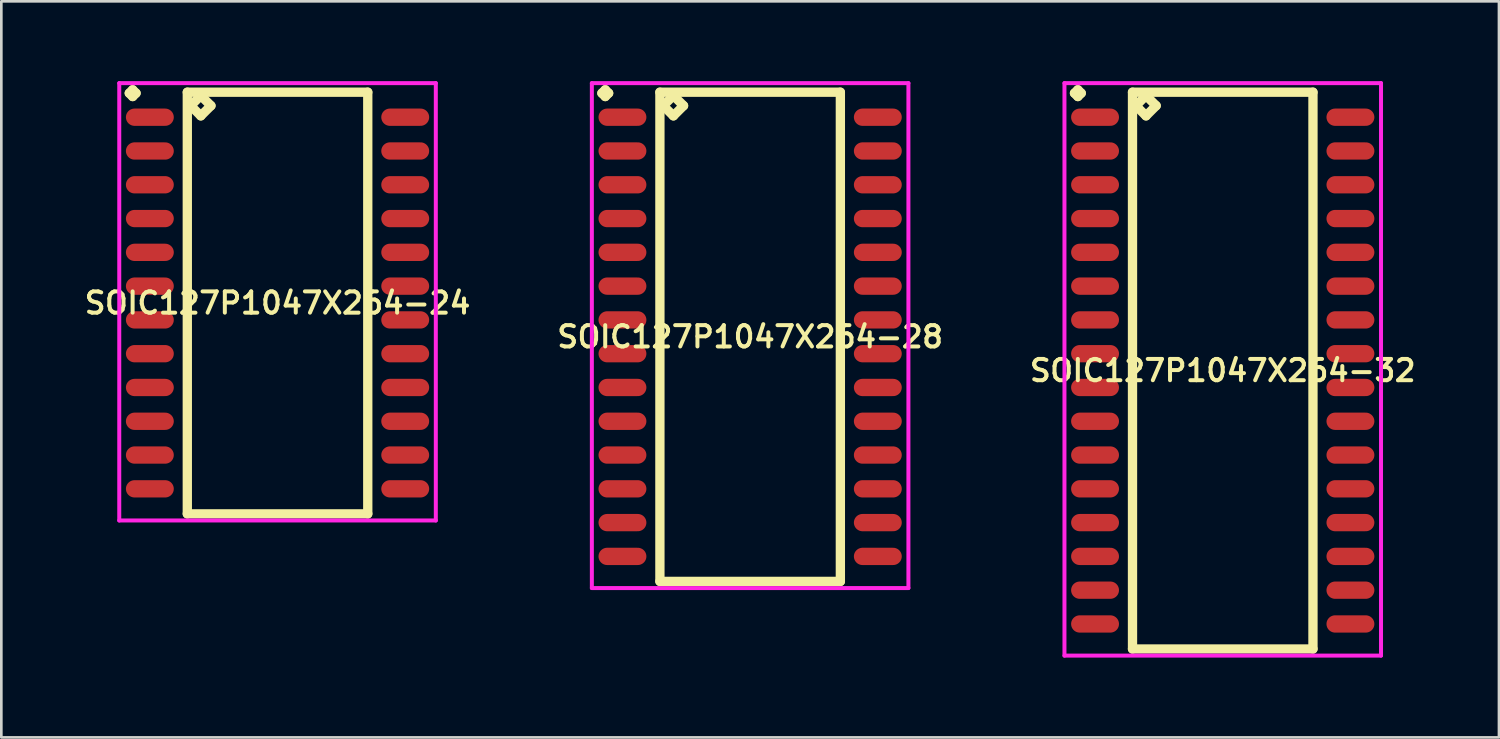
<source format=kicad_pcb>
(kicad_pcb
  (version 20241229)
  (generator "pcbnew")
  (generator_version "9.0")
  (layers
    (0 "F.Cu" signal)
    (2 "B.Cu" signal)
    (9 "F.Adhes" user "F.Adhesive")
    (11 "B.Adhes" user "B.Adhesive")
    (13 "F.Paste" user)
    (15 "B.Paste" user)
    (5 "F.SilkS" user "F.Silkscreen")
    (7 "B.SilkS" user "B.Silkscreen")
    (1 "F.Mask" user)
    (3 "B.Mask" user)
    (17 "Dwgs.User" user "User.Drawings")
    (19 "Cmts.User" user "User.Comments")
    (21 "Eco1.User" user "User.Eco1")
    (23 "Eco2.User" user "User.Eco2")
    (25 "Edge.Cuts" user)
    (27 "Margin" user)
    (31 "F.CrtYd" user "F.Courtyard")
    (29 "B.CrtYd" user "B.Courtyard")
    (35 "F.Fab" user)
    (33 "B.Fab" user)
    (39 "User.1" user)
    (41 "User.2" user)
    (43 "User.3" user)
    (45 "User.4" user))
  (footprint "SOIC127P1047X264-32"
    (layer "F.Cu")
    (at 42.915 10.881)
    (property "Reference" "SOIC127P1047X264-32" (at 0 0 0) (layer "F.SilkS") (effects (font (size 0.8 0.8) (thickness 0.15))))
    (attr smd)
    (fp_line (start -5.573 -10.429) (end -5.446 -10.556) (stroke (width 0.35) (type solid)) (layer "F.SilkS"))
    (fp_line (start -5.446 -10.556) (end -5.319 -10.429) (stroke (width 0.35) (type solid)) (layer "F.SilkS"))
    (fp_line (start -5.446 -10.302) (end -5.573 -10.429) (stroke (width 0.35) (type solid)) (layer "F.SilkS"))
    (fp_line (start -5.319 -10.429) (end -5.446 -10.302) (stroke (width 0.35) (type solid)) (layer "F.SilkS"))
    (fp_line (start -3.392 -10.465) (end -3.392 10.465) (stroke (width 0.35) (type solid)) (layer "F.SilkS"))
    (fp_line (start -3.392 10.465) (end 3.392 10.465) (stroke (width 0.35) (type solid)) (layer "F.SilkS"))
    (fp_line (start -3.265 -9.957) (end -2.884 -10.338) (stroke (width 0.35) (type solid)) (layer "F.SilkS"))
    (fp_line (start -2.884 -10.338) (end -2.503 -9.957) (stroke (width 0.35) (type solid)) (layer "F.SilkS"))
    (fp_line (start -2.884 -9.576) (end -3.265 -9.957) (stroke (width 0.35) (type solid)) (layer "F.SilkS"))
    (fp_line (start -2.503 -9.957) (end -2.884 -9.576) (stroke (width 0.35) (type solid)) (layer "F.SilkS"))
    (fp_line (start 3.392 -10.465) (end -3.392 -10.465) (stroke (width 0.35) (type solid)) (layer "F.SilkS"))
    (fp_line (start 3.392 10.465) (end 3.392 -10.465) (stroke (width 0.35) (type solid)) (layer "F.SilkS"))
    (fp_line (start -5.95 -10.806) (end 5.95 -10.806) (stroke (width 0.15) (type solid)) (layer "F.CrtYd"))
    (fp_line (start -5.95 10.715) (end -5.95 -10.806) (stroke (width 0.15) (type solid)) (layer "F.CrtYd"))
    (fp_line (start 5.95 -10.806) (end 5.95 10.715) (stroke (width 0.15) (type solid)) (layer "F.CrtYd"))
    (fp_line (start 5.95 10.715) (end -5.95 10.715) (stroke (width 0.15) (type solid)) (layer "F.CrtYd"))
    (pad "1" smd oval (at -4.8 -9.525) (size 1.8 0.65) (layers "F.Cu" "F.Mask" "F.Paste"))
    (pad "2" smd oval (at -4.8 -8.255) (size 1.8 0.65) (layers "F.Cu" "F.Mask" "F.Paste"))
    (pad "3" smd oval (at -4.8 -6.985) (size 1.8 0.65) (layers "F.Cu" "F.Mask" "F.Paste"))
    (pad "4" smd oval (at -4.8 -5.715) (size 1.8 0.65) (layers "F.Cu" "F.Mask" "F.Paste"))
    (pad "5" smd oval (at -4.8 -4.445) (size 1.8 0.65) (layers "F.Cu" "F.Mask" "F.Paste"))
    (pad "6" smd oval (at -4.8 -3.175) (size 1.8 0.65) (layers "F.Cu" "F.Mask" "F.Paste"))
    (pad "7" smd oval (at -4.8 -1.905) (size 1.8 0.65) (layers "F.Cu" "F.Mask" "F.Paste"))
    (pad "8" smd oval (at -4.8 -0.635) (size 1.8 0.65) (layers "F.Cu" "F.Mask" "F.Paste"))
    (pad "9" smd oval (at -4.8 0.635) (size 1.8 0.65) (layers "F.Cu" "F.Mask" "F.Paste"))
    (pad "10" smd oval (at -4.8 1.905) (size 1.8 0.65) (layers "F.Cu" "F.Mask" "F.Paste"))
    (pad "11" smd oval (at -4.8 3.175) (size 1.8 0.65) (layers "F.Cu" "F.Mask" "F.Paste"))
    (pad "12" smd oval (at -4.8 4.445) (size 1.8 0.65) (layers "F.Cu" "F.Mask" "F.Paste"))
    (pad "13" smd oval (at -4.8 5.715) (size 1.8 0.65) (layers "F.Cu" "F.Mask" "F.Paste"))
    (pad "14" smd oval (at -4.8 6.985) (size 1.8 0.65) (layers "F.Cu" "F.Mask" "F.Paste"))
    (pad "15" smd oval (at -4.8 8.255) (size 1.8 0.65) (layers "F.Cu" "F.Mask" "F.Paste"))
    (pad "16" smd oval (at -4.8 9.525) (size 1.8 0.65) (layers "F.Cu" "F.Mask" "F.Paste"))
    (pad "17" smd oval (at 4.8 9.525) (size 1.8 0.65) (layers "F.Cu" "F.Mask" "F.Paste"))
    (pad "18" smd oval (at 4.8 8.255) (size 1.8 0.65) (layers "F.Cu" "F.Mask" "F.Paste"))
    (pad "19" smd oval (at 4.8 6.985) (size 1.8 0.65) (layers "F.Cu" "F.Mask" "F.Paste"))
    (pad "20" smd oval (at 4.8 5.715) (size 1.8 0.65) (layers "F.Cu" "F.Mask" "F.Paste"))
    (pad "21" smd oval (at 4.8 4.445) (size 1.8 0.65) (layers "F.Cu" "F.Mask" "F.Paste"))
    (pad "22" smd oval (at 4.8 3.175) (size 1.8 0.65) (layers "F.Cu" "F.Mask" "F.Paste"))
    (pad "23" smd oval (at 4.8 1.905) (size 1.8 0.65) (layers "F.Cu" "F.Mask" "F.Paste"))
    (pad "24" smd oval (at 4.8 0.635) (size 1.8 0.65) (layers "F.Cu" "F.Mask" "F.Paste"))
    (pad "25" smd oval (at 4.8 -0.635) (size 1.8 0.65) (layers "F.Cu" "F.Mask" "F.Paste"))
    (pad "26" smd oval (at 4.8 -1.905) (size 1.8 0.65) (layers "F.Cu" "F.Mask" "F.Paste"))
    (pad "27" smd oval (at 4.8 -3.175) (size 1.8 0.65) (layers "F.Cu" "F.Mask" "F.Paste"))
    (pad "28" smd oval (at 4.8 -4.445) (size 1.8 0.65) (layers "F.Cu" "F.Mask" "F.Paste"))
    (pad "29" smd oval (at 4.8 -5.715) (size 1.8 0.65) (layers "F.Cu" "F.Mask" "F.Paste"))
    (pad "30" smd oval (at 4.8 -6.985) (size 1.8 0.65) (layers "F.Cu" "F.Mask" "F.Paste"))
    (pad "31" smd oval (at 4.8 -8.255) (size 1.8 0.65) (layers "F.Cu" "F.Mask" "F.Paste"))
    (pad "32" smd oval (at 4.8 -9.525) (size 1.8 0.65) (layers "F.Cu" "F.Mask" "F.Paste")))
  (footprint "SOIC127P1047X264-24"
    (layer "F.Cu")
    (at 7.383 8.341)
    (property "Reference" "SOIC127P1047X264-24" (at 0 0 0) (layer "F.SilkS") (effects (font (size 0.8 0.8) (thickness 0.15))))
    (attr smd)
    (fp_line (start -5.573 -7.889) (end -5.446 -8.016) (stroke (width 0.35) (type solid)) (layer "F.SilkS"))
    (fp_line (start -5.446 -8.016) (end -5.319 -7.889) (stroke (width 0.35) (type solid)) (layer "F.SilkS"))
    (fp_line (start -5.446 -7.762) (end -5.573 -7.889) (stroke (width 0.35) (type solid)) (layer "F.SilkS"))
    (fp_line (start -5.319 -7.889) (end -5.446 -7.762) (stroke (width 0.35) (type solid)) (layer "F.SilkS"))
    (fp_line (start -3.392 -7.925) (end -3.392 7.925) (stroke (width 0.35) (type solid)) (layer "F.SilkS"))
    (fp_line (start -3.392 7.925) (end 3.392 7.925) (stroke (width 0.35) (type solid)) (layer "F.SilkS"))
    (fp_line (start -3.265 -7.417) (end -2.884 -7.798) (stroke (width 0.35) (type solid)) (layer "F.SilkS"))
    (fp_line (start -2.884 -7.798) (end -2.503 -7.417) (stroke (width 0.35) (type solid)) (layer "F.SilkS"))
    (fp_line (start -2.884 -7.036) (end -3.265 -7.417) (stroke (width 0.35) (type solid)) (layer "F.SilkS"))
    (fp_line (start -2.503 -7.417) (end -2.884 -7.036) (stroke (width 0.35) (type solid)) (layer "F.SilkS"))
    (fp_line (start 3.392 -7.925) (end -3.392 -7.925) (stroke (width 0.35) (type solid)) (layer "F.SilkS"))
    (fp_line (start 3.392 7.925) (end 3.392 -7.925) (stroke (width 0.35) (type solid)) (layer "F.SilkS"))
    (fp_line (start -5.95 -8.266) (end 5.95 -8.266) (stroke (width 0.15) (type solid)) (layer "F.CrtYd"))
    (fp_line (start -5.95 8.175) (end -5.95 -8.266) (stroke (width 0.15) (type solid)) (layer "F.CrtYd"))
    (fp_line (start 5.95 -8.266) (end 5.95 8.175) (stroke (width 0.15) (type solid)) (layer "F.CrtYd"))
    (fp_line (start 5.95 8.175) (end -5.95 8.175) (stroke (width 0.15) (type solid)) (layer "F.CrtYd"))
    (pad "1" smd oval (at -4.8 -6.985) (size 1.8 0.65) (layers "F.Cu" "F.Mask" "F.Paste"))
    (pad "2" smd oval (at -4.8 -5.715) (size 1.8 0.65) (layers "F.Cu" "F.Mask" "F.Paste"))
    (pad "3" smd oval (at -4.8 -4.445) (size 1.8 0.65) (layers "F.Cu" "F.Mask" "F.Paste"))
    (pad "4" smd oval (at -4.8 -3.175) (size 1.8 0.65) (layers "F.Cu" "F.Mask" "F.Paste"))
    (pad "5" smd oval (at -4.8 -1.905) (size 1.8 0.65) (layers "F.Cu" "F.Mask" "F.Paste"))
    (pad "6" smd oval (at -4.8 -0.635) (size 1.8 0.65) (layers "F.Cu" "F.Mask" "F.Paste"))
    (pad "7" smd oval (at -4.8 0.635) (size 1.8 0.65) (layers "F.Cu" "F.Mask" "F.Paste"))
    (pad "8" smd oval (at -4.8 1.905) (size 1.8 0.65) (layers "F.Cu" "F.Mask" "F.Paste"))
    (pad "9" smd oval (at -4.8 3.175) (size 1.8 0.65) (layers "F.Cu" "F.Mask" "F.Paste"))
    (pad "10" smd oval (at -4.8 4.445) (size 1.8 0.65) (layers "F.Cu" "F.Mask" "F.Paste"))
    (pad "11" smd oval (at -4.8 5.715) (size 1.8 0.65) (layers "F.Cu" "F.Mask" "F.Paste"))
    (pad "12" smd oval (at -4.8 6.985) (size 1.8 0.65) (layers "F.Cu" "F.Mask" "F.Paste"))
    (pad "13" smd oval (at 4.8 6.985) (size 1.8 0.65) (layers "F.Cu" "F.Mask" "F.Paste"))
    (pad "14" smd oval (at 4.8 5.715) (size 1.8 0.65) (layers "F.Cu" "F.Mask" "F.Paste"))
    (pad "15" smd oval (at 4.8 4.445) (size 1.8 0.65) (layers "F.Cu" "F.Mask" "F.Paste"))
    (pad "16" smd oval (at 4.8 3.175) (size 1.8 0.65) (layers "F.Cu" "F.Mask" "F.Paste"))
    (pad "17" smd oval (at 4.8 1.905) (size 1.8 0.65) (layers "F.Cu" "F.Mask" "F.Paste"))
    (pad "18" smd oval (at 4.8 0.635) (size 1.8 0.65) (layers "F.Cu" "F.Mask" "F.Paste"))
    (pad "19" smd oval (at 4.8 -0.635) (size 1.8 0.65) (layers "F.Cu" "F.Mask" "F.Paste"))
    (pad "20" smd oval (at 4.8 -1.905) (size 1.8 0.65) (layers "F.Cu" "F.Mask" "F.Paste"))
    (pad "21" smd oval (at 4.8 -3.175) (size 1.8 0.65) (layers "F.Cu" "F.Mask" "F.Paste"))
    (pad "22" smd oval (at 4.8 -4.445) (size 1.8 0.65) (layers "F.Cu" "F.Mask" "F.Paste"))
    (pad "23" smd oval (at 4.8 -5.715) (size 1.8 0.65) (layers "F.Cu" "F.Mask" "F.Paste"))
    (pad "24" smd oval (at 4.8 -6.985) (size 1.8 0.65) (layers "F.Cu" "F.Mask" "F.Paste")))
  (footprint "SOIC127P1047X264-28"
    (layer "F.Cu")
    (at 25.149 9.611)
    (property "Reference" "SOIC127P1047X264-28" (at 0 0 0) (layer "F.SilkS") (effects (font (size 0.8 0.8) (thickness 0.15))))
    (attr smd)
    (fp_line (start -5.573 -9.159) (end -5.446 -9.286) (stroke (width 0.35) (type solid)) (layer "F.SilkS"))
    (fp_line (start -5.446 -9.286) (end -5.319 -9.159) (stroke (width 0.35) (type solid)) (layer "F.SilkS"))
    (fp_line (start -5.446 -9.032) (end -5.573 -9.159) (stroke (width 0.35) (type solid)) (layer "F.SilkS"))
    (fp_line (start -5.319 -9.159) (end -5.446 -9.032) (stroke (width 0.35) (type solid)) (layer "F.SilkS"))
    (fp_line (start -3.392 -9.195) (end -3.392 9.195) (stroke (width 0.35) (type solid)) (layer "F.SilkS"))
    (fp_line (start -3.392 9.195) (end 3.392 9.195) (stroke (width 0.35) (type solid)) (layer "F.SilkS"))
    (fp_line (start -3.265 -8.687) (end -2.884 -9.068) (stroke (width 0.35) (type solid)) (layer "F.SilkS"))
    (fp_line (start -2.884 -9.068) (end -2.503 -8.687) (stroke (width 0.35) (type solid)) (layer "F.SilkS"))
    (fp_line (start -2.884 -8.306) (end -3.265 -8.687) (stroke (width 0.35) (type solid)) (layer "F.SilkS"))
    (fp_line (start -2.503 -8.687) (end -2.884 -8.306) (stroke (width 0.35) (type solid)) (layer "F.SilkS"))
    (fp_line (start 3.392 -9.195) (end -3.392 -9.195) (stroke (width 0.35) (type solid)) (layer "F.SilkS"))
    (fp_line (start 3.392 9.195) (end 3.392 -9.195) (stroke (width 0.35) (type solid)) (layer "F.SilkS"))
    (fp_line (start -5.95 -9.536) (end 5.95 -9.536) (stroke (width 0.15) (type solid)) (layer "F.CrtYd"))
    (fp_line (start -5.95 9.445) (end -5.95 -9.536) (stroke (width 0.15) (type solid)) (layer "F.CrtYd"))
    (fp_line (start 5.95 -9.536) (end 5.95 9.445) (stroke (width 0.15) (type solid)) (layer "F.CrtYd"))
    (fp_line (start 5.95 9.445) (end -5.95 9.445) (stroke (width 0.15) (type solid)) (layer "F.CrtYd"))
    (pad "1" smd oval (at -4.8 -8.255) (size 1.8 0.65) (layers "F.Cu" "F.Mask" "F.Paste"))
    (pad "2" smd oval (at -4.8 -6.985) (size 1.8 0.65) (layers "F.Cu" "F.Mask" "F.Paste"))
    (pad "3" smd oval (at -4.8 -5.715) (size 1.8 0.65) (layers "F.Cu" "F.Mask" "F.Paste"))
    (pad "4" smd oval (at -4.8 -4.445) (size 1.8 0.65) (layers "F.Cu" "F.Mask" "F.Paste"))
    (pad "5" smd oval (at -4.8 -3.175) (size 1.8 0.65) (layers "F.Cu" "F.Mask" "F.Paste"))
    (pad "6" smd oval (at -4.8 -1.905) (size 1.8 0.65) (layers "F.Cu" "F.Mask" "F.Paste"))
    (pad "7" smd oval (at -4.8 -0.635) (size 1.8 0.65) (layers "F.Cu" "F.Mask" "F.Paste"))
    (pad "8" smd oval (at -4.8 0.635) (size 1.8 0.65) (layers "F.Cu" "F.Mask" "F.Paste"))
    (pad "9" smd oval (at -4.8 1.905) (size 1.8 0.65) (layers "F.Cu" "F.Mask" "F.Paste"))
    (pad "10" smd oval (at -4.8 3.175) (size 1.8 0.65) (layers "F.Cu" "F.Mask" "F.Paste"))
    (pad "11" smd oval (at -4.8 4.445) (size 1.8 0.65) (layers "F.Cu" "F.Mask" "F.Paste"))
    (pad "12" smd oval (at -4.8 5.715) (size 1.8 0.65) (layers "F.Cu" "F.Mask" "F.Paste"))
    (pad "13" smd oval (at -4.8 6.985) (size 1.8 0.65) (layers "F.Cu" "F.Mask" "F.Paste"))
    (pad "14" smd oval (at -4.8 8.255) (size 1.8 0.65) (layers "F.Cu" "F.Mask" "F.Paste"))
    (pad "15" smd oval (at 4.8 8.255) (size 1.8 0.65) (layers "F.Cu" "F.Mask" "F.Paste"))
    (pad "16" smd oval (at 4.8 6.985) (size 1.8 0.65) (layers "F.Cu" "F.Mask" "F.Paste"))
    (pad "17" smd oval (at 4.8 5.715) (size 1.8 0.65) (layers "F.Cu" "F.Mask" "F.Paste"))
    (pad "18" smd oval (at 4.8 4.445) (size 1.8 0.65) (layers "F.Cu" "F.Mask" "F.Paste"))
    (pad "19" smd oval (at 4.8 3.175) (size 1.8 0.65) (layers "F.Cu" "F.Mask" "F.Paste"))
    (pad "20" smd oval (at 4.8 1.905) (size 1.8 0.65) (layers "F.Cu" "F.Mask" "F.Paste"))
    (pad "21" smd oval (at 4.8 0.635) (size 1.8 0.65) (layers "F.Cu" "F.Mask" "F.Paste"))
    (pad "22" smd oval (at 4.8 -0.635) (size 1.8 0.65) (layers "F.Cu" "F.Mask" "F.Paste"))
    (pad "23" smd oval (at 4.8 -1.905) (size 1.8 0.65) (layers "F.Cu" "F.Mask" "F.Paste"))
    (pad "24" smd oval (at 4.8 -3.175) (size 1.8 0.65) (layers "F.Cu" "F.Mask" "F.Paste"))
    (pad "25" smd oval (at 4.8 -4.445) (size 1.8 0.65) (layers "F.Cu" "F.Mask" "F.Paste"))
    (pad "26" smd oval (at 4.8 -5.715) (size 1.8 0.65) (layers "F.Cu" "F.Mask" "F.Paste"))
    (pad "27" smd oval (at 4.8 -6.985) (size 1.8 0.65) (layers "F.Cu" "F.Mask" "F.Paste"))
    (pad "28" smd oval (at 4.8 -8.255) (size 1.8 0.65) (layers "F.Cu" "F.Mask" "F.Paste")))
  (gr_rect
    (start -3 -3)
    (end 53.299 24.671)
    (stroke (width 0.1) (type default))
    (fill no)
    (layer "Edge.Cuts")))
</source>
